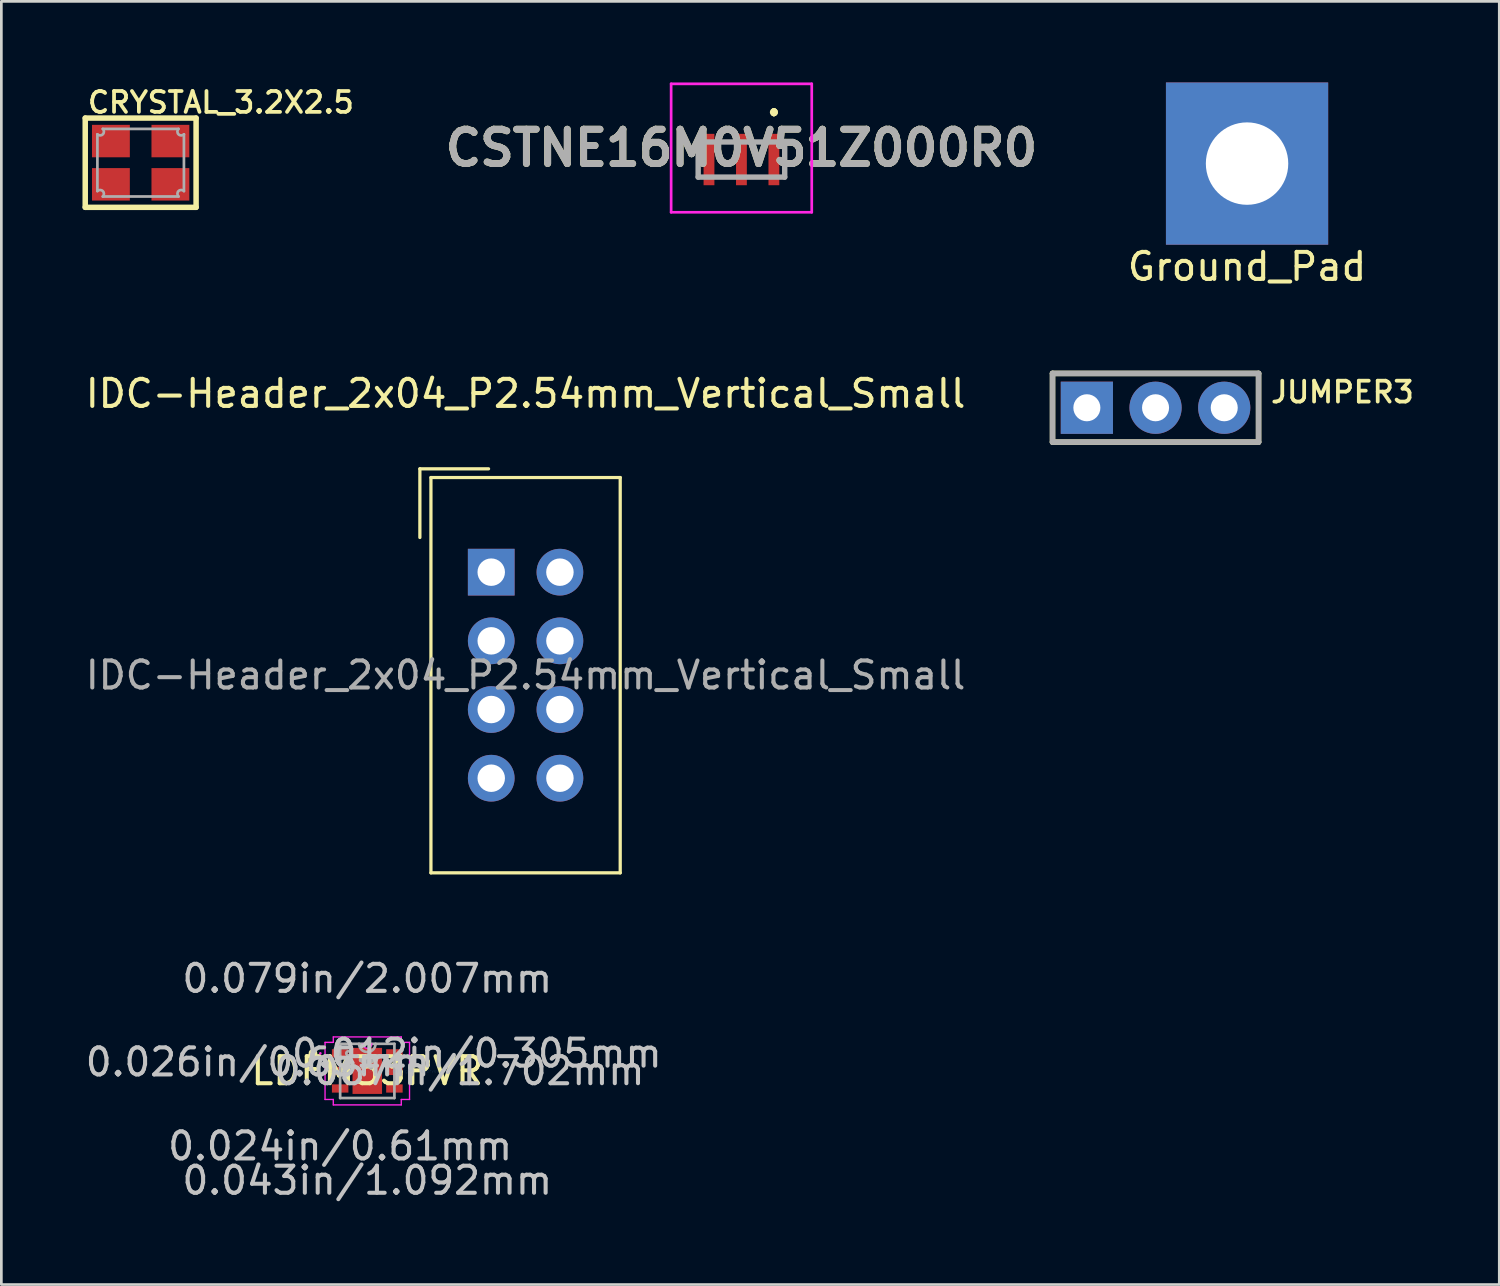
<source format=kicad_pcb>
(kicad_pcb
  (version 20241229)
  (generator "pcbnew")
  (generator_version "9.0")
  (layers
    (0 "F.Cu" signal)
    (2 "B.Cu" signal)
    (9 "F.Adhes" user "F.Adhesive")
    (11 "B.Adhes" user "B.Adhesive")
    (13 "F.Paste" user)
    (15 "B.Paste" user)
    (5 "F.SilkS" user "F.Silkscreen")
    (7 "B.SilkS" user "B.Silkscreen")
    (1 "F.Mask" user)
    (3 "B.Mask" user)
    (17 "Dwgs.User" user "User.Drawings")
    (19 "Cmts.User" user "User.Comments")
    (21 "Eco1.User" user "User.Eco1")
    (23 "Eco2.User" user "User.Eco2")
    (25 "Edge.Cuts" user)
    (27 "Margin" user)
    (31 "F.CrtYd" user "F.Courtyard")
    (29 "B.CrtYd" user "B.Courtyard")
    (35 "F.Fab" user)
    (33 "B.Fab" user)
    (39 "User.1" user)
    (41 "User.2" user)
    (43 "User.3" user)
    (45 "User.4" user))
  (footprint "LDFM33PVR"
    (layer "F.Cu")
    (at 10.533 36.555)
    (property "Reference" "LDFM33PVR" (at 0 0 0) (layer "F.SilkS") (effects (font (size 1 1) (thickness 0.15))))
    (attr through_hole)
    (fp_circle (center -2.009 -0.65) (end -1.907 -0.65) (stroke (width 0.12) (type solid)) (fill no) (layer "F.SilkS"))
    (fp_line (start -1.562 -1.056) (end -1.257 -1.056) (stroke (width 0.05) (type solid)) (layer "F.CrtYd"))
    (fp_line (start -1.562 1.056) (end -1.562 -1.056) (stroke (width 0.05) (type solid)) (layer "F.CrtYd"))
    (fp_line (start -1.257 -1.257) (end 1.257 -1.257) (stroke (width 0.05) (type solid)) (layer "F.CrtYd"))
    (fp_line (start -1.257 -1.056) (end -1.257 -1.257) (stroke (width 0.05) (type solid)) (layer "F.CrtYd"))
    (fp_line (start -1.257 1.056) (end -1.562 1.056) (stroke (width 0.05) (type solid)) (layer "F.CrtYd"))
    (fp_line (start -1.257 1.257) (end -1.257 1.056) (stroke (width 0.05) (type solid)) (layer "F.CrtYd"))
    (fp_line (start 1.257 -1.257) (end 1.257 -1.056) (stroke (width 0.05) (type solid)) (layer "F.CrtYd"))
    (fp_line (start 1.257 -1.056) (end 1.562 -1.056) (stroke (width 0.05) (type solid)) (layer "F.CrtYd"))
    (fp_line (start 1.257 1.056) (end 1.257 1.257) (stroke (width 0.05) (type solid)) (layer "F.CrtYd"))
    (fp_line (start 1.257 1.257) (end -1.257 1.257) (stroke (width 0.05) (type solid)) (layer "F.CrtYd"))
    (fp_line (start 1.562 -1.056) (end 1.562 1.056) (stroke (width 0.05) (type solid)) (layer "F.CrtYd"))
    (fp_line (start 1.562 1.056) (end 1.257 1.056) (stroke (width 0.05) (type solid)) (layer "F.CrtYd"))
    (fp_arc (start 0.167217 -1.0033) (mid 0 -0.836083) (end -0.167217 -1.0033) (stroke (width 0.05) (type solid)) (layer "F.CrtYd"))
    (fp_circle (center -1.735 -0.65) (end -1.735 -0.65) (stroke (width 0.05) (type solid)) (fill no) (layer "F.CrtYd"))
    (fp_line (start -1.003 -1.003) (end -1.003 1.003) (stroke (width 0.1) (type solid)) (layer "F.Fab"))
    (fp_line (start -1.003 1.003) (end 1.003 1.003) (stroke (width 0.1) (type solid)) (layer "F.Fab"))
    (fp_line (start 1.003 -1.003) (end -1.003 -1.003) (stroke (width 0.1) (type solid)) (layer "F.Fab"))
    (fp_line (start 1.003 1.003) (end 1.003 -1.003) (stroke (width 0.1) (type solid)) (layer "F.Fab"))
    (fp_arc (start 0.3048 -1.0033) (mid 0 -0.6985) (end -0.3048 -1.0033) (stroke (width 0.1) (type solid)) (layer "F.Fab"))
    (fp_circle (center -0.699 -0.65) (end -0.622 -0.65) (stroke (width 0.1) (type solid)) (fill no) (layer "F.Fab"))
    (fp_text user "*" (at 0 0 0) (layer "F.SilkS") (effects (font (size 1 1) (thickness 0.15))))
    (fp_text user "0.026in/0.65mm" (at -4.051 -0.325 0) (layer "Dwgs.User") (effects (font (size 1 1) (thickness 0.15))))
    (fp_text user "0.024in/0.61mm" (at -1.003 2.781 0) (layer "Dwgs.User") (effects (font (size 1 1) (thickness 0.15))))
    (fp_text user "0.067in/1.702mm" (at 3.416 0 0) (layer "Dwgs.User") (effects (font (size 1 1) (thickness 0.15))))
    (fp_text user "0.079in/2.007mm" (at 0 -3.416 0) (layer "Dwgs.User") (effects (font (size 1 1) (thickness 0.15))))
    (fp_text user "0.043in/1.092mm" (at 0 4.051 0) (layer "Dwgs.User") (effects (font (size 1 1) (thickness 0.15))))
    (fp_text user "0.012in/0.305mm" (at 4.051 -0.65 0) (layer "Dwgs.User") (effects (font (size 1 1) (thickness 0.15))))
    (fp_text user "Copyright 2021 Accelerated Designs. All rights reserved." (at 0 0 0) (layer "Cmts.User") (effects (font (size 0.127 0.127) (thickness 0.002))))
    (fp_text user "*" (at 0 0 0) (layer "F.Fab") (effects (font (size 1 1) (thickness 0.15))))
    (pad "1" smd rect (at -1.003 -0.65) (size 0.61 0.305) (layers "F.Cu" "F.Mask" "F.Paste"))
    (pad "2" smd rect (at -1.003 0) (size 0.61 0.305) (layers "F.Cu" "F.Mask" "F.Paste"))
    (pad "3" smd rect (at -1.003 0.65) (size 0.61 0.305) (layers "F.Cu" "F.Mask" "F.Paste"))
    (pad "4" smd rect (at 1.003 0.65) (size 0.61 0.305) (layers "F.Cu" "F.Mask" "F.Paste"))
    (pad "5" smd rect (at 1.003 0) (size 0.61 0.305) (layers "F.Cu" "F.Mask" "F.Paste"))
    (pad "6" smd rect (at 1.003 -0.65) (size 0.61 0.305) (layers "F.Cu" "F.Mask" "F.Paste"))
    (pad "7" smd rect (at 0 0) (size 1.092 1.702) (layers "F.Cu" "F.Mask" "F.Paste")))
  (footprint "CRYSTAL_3.2X2.5"
    (layer "F.Cu")
    (at 2.152 2.967)
    (property "Reference" "CRYSTAL_3.2X2.5" (at -2.032 -1.778 0) (layer "F.SilkS") (effects (font (size 0.772 0.772) (thickness 0.139)) (justify left bottom)))
    (attr through_hole)
    (fp_line (start -2.05 -1.65) (end -2.05 1.65) (stroke (width 0.203) (type solid)) (layer "F.SilkS"))
    (fp_line (start -2.05 -1.65) (end 2.05 -1.65) (stroke (width 0.203) (type solid)) (layer "F.SilkS"))
    (fp_line (start -2.05 1.65) (end 2.05 1.65) (stroke (width 0.203) (type solid)) (layer "F.SilkS"))
    (fp_line (start 2.05 -1.65) (end 2.05 1.65) (stroke (width 0.203) (type solid)) (layer "F.SilkS"))
    (fp_line (start -1.6 -1.05) (end -1.6 1.05) (stroke (width 0.1) (type solid)) (layer "F.Fab"))
    (fp_line (start -1.4 -1.25) (end 1.4 -1.25) (stroke (width 0.1) (type solid)) (layer "F.Fab"))
    (fp_line (start -1.4 1.25) (end 1.4 1.25) (stroke (width 0.1) (type solid)) (layer "F.Fab"))
    (fp_line (start 1.6 -1.05) (end 1.6 1.05) (stroke (width 0.1) (type solid)) (layer "F.Fab"))
    (fp_arc (start -1.6 1.05) (mid -1.4 1.05) (end -1.4 1.25) (stroke (width 0.1) (type solid)) (layer "F.Fab"))
    (fp_arc (start -1.4 -1.25) (mid -1.4 -1.05) (end -1.6 -1.05) (stroke (width 0.1) (type solid)) (layer "F.Fab"))
    (fp_arc (start 1.4 1.25) (mid 1.4 1.05) (end 1.6 1.05) (stroke (width 0.1) (type solid)) (layer "F.Fab"))
    (fp_arc (start 1.6 -1.05) (mid 1.4 -1.05) (end 1.4 -1.25) (stroke (width 0.1) (type solid)) (layer "F.Fab"))
    (pad "1" smd rect (at -1.1 0.8) (size 1.4 1.2) (layers "F.Cu" "F.Mask" "F.Paste"))
    (pad "2" smd rect (at 1.1 -0.8) (size 1.4 1.2) (layers "F.Cu" "F.Mask" "F.Paste"))
    (pad "GND1" smd rect (at -1.1 -0.8) (size 1.4 1.2) (layers "F.Cu" "F.Mask" "F.Paste"))
    (pad "GND2" smd rect (at 1.1 0.8) (size 1.4 1.2) (layers "F.Cu" "F.Mask" "F.Paste")))
  (footprint "IDC-Header_2x04_P2.54mm_Vertical_Small"
    (layer "F.Cu")
    (at 15.117 18.11)
    (property "Reference" "IDC-Header_2x04_P2.54mm_Vertical_Small" (at 1.27 -6.604 0) (layer "F.SilkS") (effects (font (size 1 1) (thickness 0.15))))
    (attr through_hole)
    (fp_line (start -2.639 -3.822) (end -2.639 -1.282) (stroke (width 0.12) (type solid)) (layer "F.SilkS"))
    (fp_line (start -2.639 -3.822) (end -0.099 -3.822) (stroke (width 0.12) (type solid)) (layer "F.SilkS"))
    (fp_line (start -2.23 -3.5) (end 4.77 -3.5) (stroke (width 0.12) (type solid)) (layer "F.SilkS"))
    (fp_line (start -2.23 11.12) (end -2.23 -3.5) (stroke (width 0.12) (type solid)) (layer "F.SilkS"))
    (fp_line (start 4.77 -3.5) (end 4.77 11.12) (stroke (width 0.12) (type solid)) (layer "F.SilkS"))
    (fp_line (start 4.77 11.12) (end -2.23 11.12) (stroke (width 0.12) (type solid)) (layer "F.SilkS"))
    (fp_text user "${REFERENCE}" (at 1.27 3.81 0) (layer "F.Fab") (effects (font (size 1 1) (thickness 0.15))))
    (pad "1" thru_hole rect (at 0 0) (size 1.727 1.727) (drill 1.016) (layers "*.Cu" "*.Mask"))
    (pad "2" thru_hole oval (at 2.54 0) (size 1.727 1.727) (drill 1.016) (layers "*.Cu" "*.Mask"))
    (pad "3" thru_hole oval (at 0 2.54) (size 1.727 1.727) (drill 1.016) (layers "*.Cu" "*.Mask"))
    (pad "4" thru_hole oval (at 2.54 2.54) (size 1.727 1.727) (drill 1.016) (layers "*.Cu" "*.Mask"))
    (pad "5" thru_hole oval (at 0 5.08) (size 1.727 1.727) (drill 1.016) (layers "*.Cu" "*.Mask"))
    (pad "6" thru_hole oval (at 2.54 5.08) (size 1.727 1.727) (drill 1.016) (layers "*.Cu" "*.Mask"))
    (pad "7" thru_hole oval (at 0 7.62) (size 1.727 1.727) (drill 1.016) (layers "*.Cu" "*.Mask"))
    (pad "8" thru_hole oval (at 2.54 7.62) (size 1.727 1.727) (drill 1.016) (layers "*.Cu" "*.Mask")))
  (footprint "CSTNE16M0V51Z000R0"
    (layer "F.Cu")
    (at 24.37 2.85)
    (property "Reference" "CSTNE16M0V51Z000R0" (at 0 -0.425 0) (layer "F.SilkS") (effects (font (size 1.27 1.27) (thickness 0.254))))
    (attr smd)
    (fp_line (start 1.2 -1.8) (end 1.2 -1.8) (stroke (width 0.2) (type solid)) (layer "F.SilkS"))
    (fp_line (start 1.2 -1.7) (end 1.2 -1.7) (stroke (width 0.2) (type solid)) (layer "F.SilkS"))
    (fp_line (start 1.2 -1.7) (end 1.2 -1.7) (stroke (width 0.2) (type solid)) (layer "F.SilkS"))
    (fp_arc (start 1.2 -1.8) (mid 1.25 -1.75) (end 1.2 -1.7) (stroke (width 0.2) (type solid)) (layer "F.SilkS"))
    (fp_arc (start 1.2 -1.8) (mid 1.25 -1.75) (end 1.2 -1.7) (stroke (width 0.2) (type solid)) (layer "F.SilkS"))
    (fp_arc (start 1.2 -1.7) (mid 1.15 -1.75) (end 1.2 -1.8) (stroke (width 0.2) (type solid)) (layer "F.SilkS"))
    (fp_line (start -2.6 -2.8) (end 2.6 -2.8) (stroke (width 0.1) (type solid)) (layer "F.CrtYd"))
    (fp_line (start -2.6 1.95) (end -2.6 -2.8) (stroke (width 0.1) (type solid)) (layer "F.CrtYd"))
    (fp_line (start 2.6 -2.8) (end 2.6 1.95) (stroke (width 0.1) (type solid)) (layer "F.CrtYd"))
    (fp_line (start 2.6 1.95) (end -2.6 1.95) (stroke (width 0.1) (type solid)) (layer "F.CrtYd"))
    (fp_line (start -1.6 -0.65) (end -1.6 0.65) (stroke (width 0.2) (type solid)) (layer "F.Fab"))
    (fp_line (start -1.6 0.65) (end 1.6 0.65) (stroke (width 0.2) (type solid)) (layer "F.Fab"))
    (fp_line (start 1.6 -0.65) (end -1.6 -0.65) (stroke (width 0.2) (type solid)) (layer "F.Fab"))
    (fp_line (start 1.6 0.65) (end 1.6 -0.65) (stroke (width 0.2) (type solid)) (layer "F.Fab"))
    (fp_text user "${REFERENCE}" (at 0 -0.425 0) (layer "F.Fab") (effects (font (size 1.27 1.27) (thickness 0.254))))
    (pad "1" smd rect (at 1.2 0) (size 0.4 1.9) (layers "F.Cu" "F.Mask" "F.Paste"))
    (pad "2" smd rect (at 0 0) (size 0.4 1.9) (layers "F.Cu" "F.Mask" "F.Paste"))
    (pad "3" smd rect (at -1.2 0) (size 0.4 1.9) (layers "F.Cu" "F.Mask" "F.Paste")))
  (footprint "JUMPER3"
    (layer "F.Cu")
    (at 39.685 12.03)
    (property "Reference" "JUMPER3" (at 4.191 -0.127 0) (layer "F.SilkS") (effects (font (size 0.772 0.772) (thickness 0.139)) (justify left bottom)))
    (attr through_hole)
    (fp_line (start -3.81 -1.27) (end 3.81 -1.27) (stroke (width 0.203) (type solid)) (layer "F.SilkS"))
    (fp_line (start -3.81 1.27) (end -3.81 -1.27) (stroke (width 0.203) (type solid)) (layer "F.SilkS"))
    (fp_line (start 3.81 -1.27) (end 3.81 1.27) (stroke (width 0.203) (type solid)) (layer "F.SilkS"))
    (fp_line (start 3.81 1.27) (end -3.81 1.27) (stroke (width 0.203) (type solid)) (layer "F.SilkS"))
    (fp_line (start -3.81 -1.27) (end 3.81 -1.27) (stroke (width 0.203) (type solid)) (layer "F.Fab"))
    (fp_line (start -3.81 1.27) (end -3.81 -1.27) (stroke (width 0.203) (type solid)) (layer "F.Fab"))
    (fp_line (start 3.81 -1.27) (end 3.81 1.27) (stroke (width 0.203) (type solid)) (layer "F.Fab"))
    (fp_line (start 3.81 1.27) (end -3.81 1.27) (stroke (width 0.203) (type solid)) (layer "F.Fab"))
    (fp_poly (pts (xy -2.845 0.305) (xy -2.235 0.305) (xy -2.235 -0.305) (xy -2.845 -0.305)) (stroke (width 0.1) (type solid)) (fill no) (layer "F.Fab"))
    (fp_poly (pts (xy -0.305 0.305) (xy 0.305 0.305) (xy 0.305 -0.305) (xy -0.305 -0.305)) (stroke (width 0.1) (type solid)) (fill no) (layer "F.Fab"))
    (fp_poly (pts (xy 2.235 0.305) (xy 2.845 0.305) (xy 2.845 -0.305) (xy 2.235 -0.305)) (stroke (width 0.1) (type solid)) (fill no) (layer "F.Fab"))
    (pad "1" thru_hole rect (at -2.54 0 90) (size 1.93 1.93) (drill 1) (layers "*.Cu" "*.Mask"))
    (pad "2" thru_hole circle (at 0 0 90) (size 1.93 1.93) (drill 1) (layers "*.Cu" "*.Mask"))
    (pad "3" thru_hole circle (at 2.54 0 90) (size 1.93 1.93) (drill 1) (layers "*.Cu" "*.Mask")))
  (footprint "Ground_Pad"
    (layer "F.Cu")
    (at 43.069 3)
    (property "Reference" "Ground_Pad" (at 0 3.81 0) (layer "F.SilkS") (effects (font (size 1 1) (thickness 0.15))))
    (attr through_hole)
    (pad "1" thru_hole rect (at 0 0) (size 6 6) (drill 3.048) (layers "*.Cu" "*.Mask")))
  (gr_rect
    (start -3 -3)
    (end 52.397 44.455)
    (stroke (width 0.1) (type default))
    (fill no)
    (layer "Edge.Cuts")))
</source>
